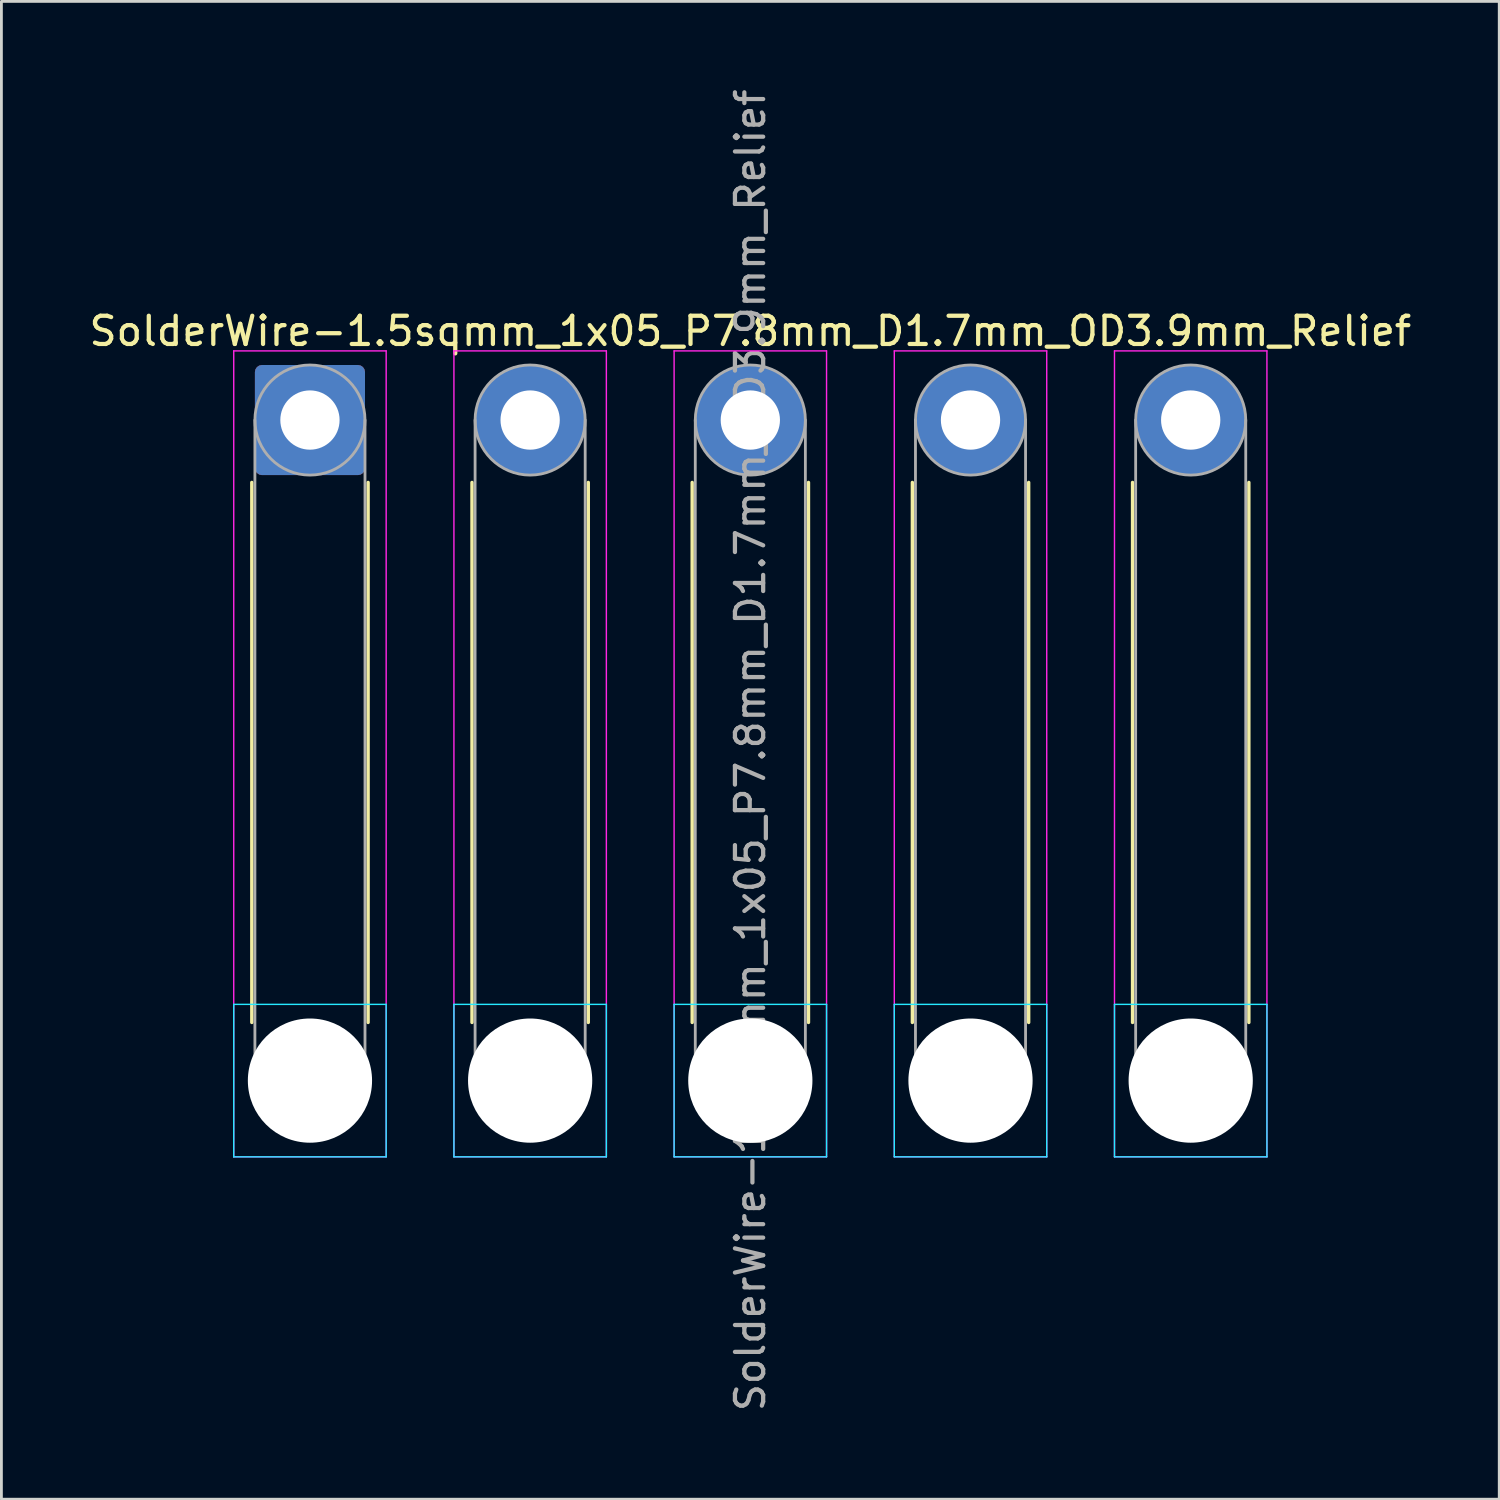
<source format=kicad_pcb>
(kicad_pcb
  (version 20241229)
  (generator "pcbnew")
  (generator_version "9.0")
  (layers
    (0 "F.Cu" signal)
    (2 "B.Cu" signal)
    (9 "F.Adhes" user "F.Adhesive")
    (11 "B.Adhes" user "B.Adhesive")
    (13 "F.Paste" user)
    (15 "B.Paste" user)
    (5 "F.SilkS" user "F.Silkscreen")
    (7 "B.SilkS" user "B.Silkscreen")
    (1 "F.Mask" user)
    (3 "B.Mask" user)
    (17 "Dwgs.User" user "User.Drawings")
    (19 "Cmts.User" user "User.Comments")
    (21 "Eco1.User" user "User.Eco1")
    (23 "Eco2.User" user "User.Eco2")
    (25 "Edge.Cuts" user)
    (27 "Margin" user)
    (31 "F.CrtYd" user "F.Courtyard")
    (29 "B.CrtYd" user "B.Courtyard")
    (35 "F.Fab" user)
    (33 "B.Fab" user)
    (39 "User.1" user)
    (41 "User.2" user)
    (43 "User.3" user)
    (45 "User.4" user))
  (footprint "SolderWire-1.5sqmm_1x05_P7.8mm_D1.7mm_OD3.9mm_Relief"
    (layer "F.Cu")
    (at 7.93 11.83)
    (property "Reference" "SolderWire-1.5sqmm_1x05_P7.8mm_D1.7mm_OD3.9mm_Relief" (at 15.6 -3.15 0) (layer "F.SilkS") (effects (font (size 1 1) (thickness 0.15))))
    (attr exclude_from_pos_files exclude_from_bom)
    (fp_line (start -2.06 2.21) (end -2.06 21.34) (stroke (width 0.12) (type solid)) (layer "F.SilkS"))
    (fp_line (start 2.06 2.21) (end 2.06 21.34) (stroke (width 0.12) (type solid)) (layer "F.SilkS"))
    (fp_line (start 5.74 2.21) (end 5.74 21.34) (stroke (width 0.12) (type solid)) (layer "F.SilkS"))
    (fp_line (start 9.86 2.21) (end 9.86 21.34) (stroke (width 0.12) (type solid)) (layer "F.SilkS"))
    (fp_line (start 13.54 2.21) (end 13.54 21.34) (stroke (width 0.12) (type solid)) (layer "F.SilkS"))
    (fp_line (start 17.66 2.21) (end 17.66 21.34) (stroke (width 0.12) (type solid)) (layer "F.SilkS"))
    (fp_line (start 21.34 2.21) (end 21.34 21.34) (stroke (width 0.12) (type solid)) (layer "F.SilkS"))
    (fp_line (start 25.46 2.21) (end 25.46 21.34) (stroke (width 0.12) (type solid)) (layer "F.SilkS"))
    (fp_line (start 29.14 2.21) (end 29.14 21.34) (stroke (width 0.12) (type solid)) (layer "F.SilkS"))
    (fp_line (start 33.26 2.21) (end 33.26 21.34) (stroke (width 0.12) (type solid)) (layer "F.SilkS"))
    (fp_line (start -2.7 20.7) (end -2.7 26.1) (stroke (width 0.05) (type solid)) (layer "B.CrtYd"))
    (fp_line (start -2.7 26.1) (end 2.7 26.1) (stroke (width 0.05) (type solid)) (layer "B.CrtYd"))
    (fp_line (start 2.7 20.7) (end -2.7 20.7) (stroke (width 0.05) (type solid)) (layer "B.CrtYd"))
    (fp_line (start 2.7 26.1) (end 2.7 20.7) (stroke (width 0.05) (type solid)) (layer "B.CrtYd"))
    (fp_line (start 5.1 20.7) (end 5.1 26.1) (stroke (width 0.05) (type solid)) (layer "B.CrtYd"))
    (fp_line (start 5.1 26.1) (end 10.5 26.1) (stroke (width 0.05) (type solid)) (layer "B.CrtYd"))
    (fp_line (start 10.5 20.7) (end 5.1 20.7) (stroke (width 0.05) (type solid)) (layer "B.CrtYd"))
    (fp_line (start 10.5 26.1) (end 10.5 20.7) (stroke (width 0.05) (type solid)) (layer "B.CrtYd"))
    (fp_line (start 12.9 20.7) (end 12.9 26.1) (stroke (width 0.05) (type solid)) (layer "B.CrtYd"))
    (fp_line (start 12.9 26.1) (end 18.3 26.1) (stroke (width 0.05) (type solid)) (layer "B.CrtYd"))
    (fp_line (start 18.3 20.7) (end 12.9 20.7) (stroke (width 0.05) (type solid)) (layer "B.CrtYd"))
    (fp_line (start 18.3 26.1) (end 18.3 20.7) (stroke (width 0.05) (type solid)) (layer "B.CrtYd"))
    (fp_line (start 20.7 20.7) (end 20.7 26.1) (stroke (width 0.05) (type solid)) (layer "B.CrtYd"))
    (fp_line (start 20.7 26.1) (end 26.1 26.1) (stroke (width 0.05) (type solid)) (layer "B.CrtYd"))
    (fp_line (start 26.1 20.7) (end 20.7 20.7) (stroke (width 0.05) (type solid)) (layer "B.CrtYd"))
    (fp_line (start 26.1 26.1) (end 26.1 20.7) (stroke (width 0.05) (type solid)) (layer "B.CrtYd"))
    (fp_line (start 28.5 20.7) (end 28.5 26.1) (stroke (width 0.05) (type solid)) (layer "B.CrtYd"))
    (fp_line (start 28.5 26.1) (end 33.9 26.1) (stroke (width 0.05) (type solid)) (layer "B.CrtYd"))
    (fp_line (start 33.9 20.7) (end 28.5 20.7) (stroke (width 0.05) (type solid)) (layer "B.CrtYd"))
    (fp_line (start 33.9 26.1) (end 33.9 20.7) (stroke (width 0.05) (type solid)) (layer "B.CrtYd"))
    (fp_line (start -2.7 -2.45) (end -2.7 26.1) (stroke (width 0.05) (type solid)) (layer "F.CrtYd"))
    (fp_line (start -2.7 26.1) (end 2.7 26.1) (stroke (width 0.05) (type solid)) (layer "F.CrtYd"))
    (fp_line (start 2.7 -2.45) (end -2.7 -2.45) (stroke (width 0.05) (type solid)) (layer "F.CrtYd"))
    (fp_line (start 2.7 26.1) (end 2.7 -2.45) (stroke (width 0.05) (type solid)) (layer "F.CrtYd"))
    (fp_line (start 5.1 -2.45) (end 5.1 26.1) (stroke (width 0.05) (type solid)) (layer "F.CrtYd"))
    (fp_line (start 5.1 26.1) (end 10.5 26.1) (stroke (width 0.05) (type solid)) (layer "F.CrtYd"))
    (fp_line (start 10.5 -2.45) (end 5.1 -2.45) (stroke (width 0.05) (type solid)) (layer "F.CrtYd"))
    (fp_line (start 10.5 26.1) (end 10.5 -2.45) (stroke (width 0.05) (type solid)) (layer "F.CrtYd"))
    (fp_line (start 12.9 -2.45) (end 12.9 26.1) (stroke (width 0.05) (type solid)) (layer "F.CrtYd"))
    (fp_line (start 12.9 26.1) (end 18.3 26.1) (stroke (width 0.05) (type solid)) (layer "F.CrtYd"))
    (fp_line (start 18.3 -2.45) (end 12.9 -2.45) (stroke (width 0.05) (type solid)) (layer "F.CrtYd"))
    (fp_line (start 18.3 26.1) (end 18.3 -2.45) (stroke (width 0.05) (type solid)) (layer "F.CrtYd"))
    (fp_line (start 20.7 -2.45) (end 20.7 26.1) (stroke (width 0.05) (type solid)) (layer "F.CrtYd"))
    (fp_line (start 20.7 26.1) (end 26.1 26.1) (stroke (width 0.05) (type solid)) (layer "F.CrtYd"))
    (fp_line (start 26.1 -2.45) (end 20.7 -2.45) (stroke (width 0.05) (type solid)) (layer "F.CrtYd"))
    (fp_line (start 26.1 26.1) (end 26.1 -2.45) (stroke (width 0.05) (type solid)) (layer "F.CrtYd"))
    (fp_line (start 28.5 -2.45) (end 28.5 26.1) (stroke (width 0.05) (type solid)) (layer "F.CrtYd"))
    (fp_line (start 28.5 26.1) (end 33.9 26.1) (stroke (width 0.05) (type solid)) (layer "F.CrtYd"))
    (fp_line (start 33.9 -2.45) (end 28.5 -2.45) (stroke (width 0.05) (type solid)) (layer "F.CrtYd"))
    (fp_line (start 33.9 26.1) (end 33.9 -2.45) (stroke (width 0.05) (type solid)) (layer "F.CrtYd"))
    (fp_line (start -1.95 0) (end -1.95 23.4) (stroke (width 0.1) (type solid)) (layer "F.Fab"))
    (fp_line (start 1.95 0) (end 1.95 23.4) (stroke (width 0.1) (type solid)) (layer "F.Fab"))
    (fp_line (start 5.85 0) (end 5.85 23.4) (stroke (width 0.1) (type solid)) (layer "F.Fab"))
    (fp_line (start 9.75 0) (end 9.75 23.4) (stroke (width 0.1) (type solid)) (layer "F.Fab"))
    (fp_line (start 13.65 0) (end 13.65 23.4) (stroke (width 0.1) (type solid)) (layer "F.Fab"))
    (fp_line (start 17.55 0) (end 17.55 23.4) (stroke (width 0.1) (type solid)) (layer "F.Fab"))
    (fp_line (start 21.45 0) (end 21.45 23.4) (stroke (width 0.1) (type solid)) (layer "F.Fab"))
    (fp_line (start 25.35 0) (end 25.35 23.4) (stroke (width 0.1) (type solid)) (layer "F.Fab"))
    (fp_line (start 29.25 0) (end 29.25 23.4) (stroke (width 0.1) (type solid)) (layer "F.Fab"))
    (fp_line (start 33.15 0) (end 33.15 23.4) (stroke (width 0.1) (type solid)) (layer "F.Fab"))
    (fp_circle (center 0 0) (end 1.95 0) (stroke (width 0.1) (type solid)) (fill no) (layer "F.Fab"))
    (fp_circle (center 0 23.4) (end 1.95 23.4) (stroke (width 0.1) (type solid)) (fill no) (layer "F.Fab"))
    (fp_circle (center 7.8 0) (end 9.75 0) (stroke (width 0.1) (type solid)) (fill no) (layer "F.Fab"))
    (fp_circle (center 7.8 23.4) (end 9.75 23.4) (stroke (width 0.1) (type solid)) (fill no) (layer "F.Fab"))
    (fp_circle (center 15.6 0) (end 17.55 0) (stroke (width 0.1) (type solid)) (fill no) (layer "F.Fab"))
    (fp_circle (center 15.6 23.4) (end 17.55 23.4) (stroke (width 0.1) (type solid)) (fill no) (layer "F.Fab"))
    (fp_circle (center 23.4 0) (end 25.35 0) (stroke (width 0.1) (type solid)) (fill no) (layer "F.Fab"))
    (fp_circle (center 23.4 23.4) (end 25.35 23.4) (stroke (width 0.1) (type solid)) (fill no) (layer "F.Fab"))
    (fp_circle (center 31.2 0) (end 33.15 0) (stroke (width 0.1) (type solid)) (fill no) (layer "F.Fab"))
    (fp_circle (center 31.2 23.4) (end 33.15 23.4) (stroke (width 0.1) (type solid)) (fill no) (layer "F.Fab"))
    (fp_text user "${REFERENCE}" (at 15.6 11.7 90) (layer "F.Fab") (effects (font (size 1 1) (thickness 0.15))))
    (pad "" np_thru_hole circle (at 0 23.4) (size 4.4 4.4) (drill 4.4) (layers "*.Cu" "*.Mask"))
    (pad "" np_thru_hole circle (at 7.8 23.4) (size 4.4 4.4) (drill 4.4) (layers "*.Cu" "*.Mask"))
    (pad "" np_thru_hole circle (at 15.6 23.4) (size 4.4 4.4) (drill 4.4) (layers "*.Cu" "*.Mask"))
    (pad "" np_thru_hole circle (at 23.4 23.4) (size 4.4 4.4) (drill 4.4) (layers "*.Cu" "*.Mask"))
    (pad "" np_thru_hole circle (at 31.2 23.4) (size 4.4 4.4) (drill 4.4) (layers "*.Cu" "*.Mask"))
    (pad "1" thru_hole roundrect (at 0 0) (size 3.9 3.9) (drill 2.1) (layers "*.Cu" "*.Mask") (roundrect_rratio 0.064))
    (pad "2" thru_hole circle (at 7.8 0) (size 3.9 3.9) (drill 2.1) (layers "*.Cu" "*.Mask"))
    (pad "3" thru_hole circle (at 15.6 0) (size 3.9 3.9) (drill 2.1) (layers "*.Cu" "*.Mask"))
    (pad "4" thru_hole circle (at 23.4 0) (size 3.9 3.9) (drill 2.1) (layers "*.Cu" "*.Mask"))
    (pad "5" thru_hole circle (at 31.2 0) (size 3.9 3.9) (drill 2.1) (layers "*.Cu" "*.Mask")))
  (gr_rect
    (start -3 -3)
    (end 50.06 50.06)
    (stroke (width 0.1) (type default))
    (fill no)
    (layer "Edge.Cuts")))
</source>
